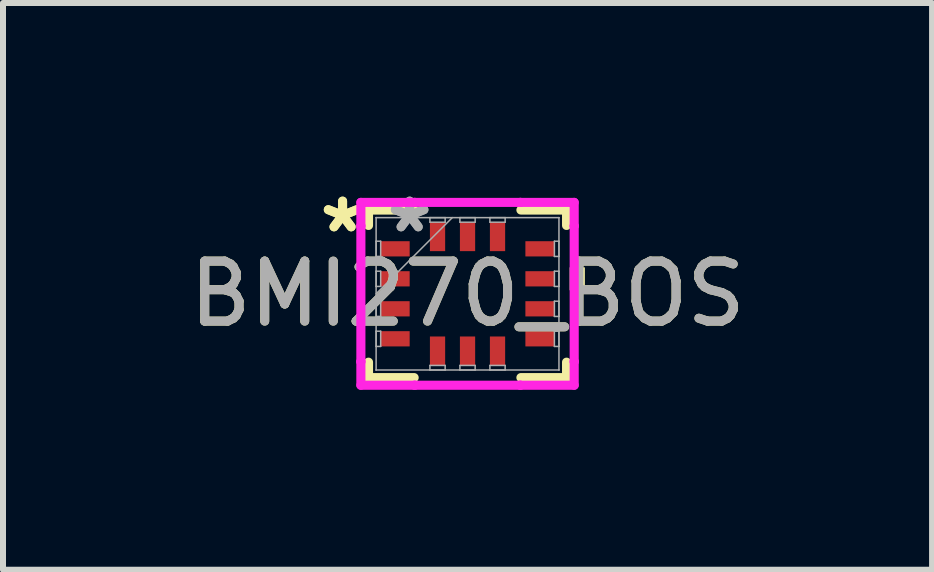
<source format=kicad_pcb>
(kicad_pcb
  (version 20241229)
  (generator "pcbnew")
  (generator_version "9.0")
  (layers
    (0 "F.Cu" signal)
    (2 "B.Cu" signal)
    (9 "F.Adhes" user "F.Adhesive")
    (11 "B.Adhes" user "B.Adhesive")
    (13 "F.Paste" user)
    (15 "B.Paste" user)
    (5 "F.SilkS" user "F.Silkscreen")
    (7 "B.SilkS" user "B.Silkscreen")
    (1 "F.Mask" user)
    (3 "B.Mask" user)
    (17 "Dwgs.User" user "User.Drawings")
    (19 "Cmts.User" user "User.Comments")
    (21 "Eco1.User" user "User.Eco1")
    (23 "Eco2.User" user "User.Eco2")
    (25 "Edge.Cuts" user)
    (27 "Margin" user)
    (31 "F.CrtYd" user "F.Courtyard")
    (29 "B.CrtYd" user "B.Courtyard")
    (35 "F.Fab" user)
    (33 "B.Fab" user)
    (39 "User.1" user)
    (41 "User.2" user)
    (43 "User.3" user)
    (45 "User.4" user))
  (footprint "BMI270_BOS"
    (layer "F.Cu")
    (at 4.744 1.848)
    (property "Reference" "BMI270_BOS" (at 0 0 0) (unlocked yes) (layer "F.SilkS") (effects (font (size 1 1) (thickness 0.15))))
    (attr smd)
    (fp_line (start -1.651 -1.397) (end -1.651 -1.14) (stroke (width 0.152) (type solid)) (layer "F.SilkS"))
    (fp_line (start -1.651 1.14) (end -1.651 1.397) (stroke (width 0.152) (type solid)) (layer "F.SilkS"))
    (fp_line (start -1.651 1.397) (end -0.89 1.397) (stroke (width 0.152) (type solid)) (layer "F.SilkS"))
    (fp_line (start -0.89 -1.397) (end -1.651 -1.397) (stroke (width 0.152) (type solid)) (layer "F.SilkS"))
    (fp_line (start 0.89 1.397) (end 1.651 1.397) (stroke (width 0.152) (type solid)) (layer "F.SilkS"))
    (fp_line (start 1.651 -1.397) (end 0.89 -1.397) (stroke (width 0.152) (type solid)) (layer "F.SilkS"))
    (fp_line (start 1.651 -1.14) (end 1.651 -1.397) (stroke (width 0.152) (type solid)) (layer "F.SilkS"))
    (fp_line (start 1.651 1.397) (end 1.651 1.14) (stroke (width 0.152) (type solid)) (layer "F.SilkS"))
    (fp_poly (pts (xy 1.956 -0.441) (xy 1.956 -0.059) (xy 1.702 -0.059) (xy 1.702 -0.441)) (stroke (width 0) (type solid)) (fill yes) (layer "F.SilkS"))
    (fp_line (start -1.778 -1.524) (end -0.881 -1.524) (stroke (width 0.152) (type solid)) (layer "F.CrtYd"))
    (fp_line (start -1.778 -1.131) (end -1.778 -1.524) (stroke (width 0.152) (type solid)) (layer "F.CrtYd"))
    (fp_line (start -1.778 -1.131) (end -1.778 -1.131) (stroke (width 0.152) (type solid)) (layer "F.CrtYd"))
    (fp_line (start -1.778 1.131) (end -1.778 -1.131) (stroke (width 0.152) (type solid)) (layer "F.CrtYd"))
    (fp_line (start -1.778 1.131) (end -1.778 1.131) (stroke (width 0.152) (type solid)) (layer "F.CrtYd"))
    (fp_line (start -1.778 1.524) (end -1.778 1.131) (stroke (width 0.152) (type solid)) (layer "F.CrtYd"))
    (fp_line (start -0.881 -1.524) (end -0.881 -1.524) (stroke (width 0.152) (type solid)) (layer "F.CrtYd"))
    (fp_line (start -0.881 -1.524) (end 0.881 -1.524) (stroke (width 0.152) (type solid)) (layer "F.CrtYd"))
    (fp_line (start -0.881 1.524) (end -1.778 1.524) (stroke (width 0.152) (type solid)) (layer "F.CrtYd"))
    (fp_line (start -0.881 1.524) (end -0.881 1.524) (stroke (width 0.152) (type solid)) (layer "F.CrtYd"))
    (fp_line (start 0.881 -1.524) (end 0.881 -1.524) (stroke (width 0.152) (type solid)) (layer "F.CrtYd"))
    (fp_line (start 0.881 -1.524) (end 1.778 -1.524) (stroke (width 0.152) (type solid)) (layer "F.CrtYd"))
    (fp_line (start 0.881 1.524) (end -0.881 1.524) (stroke (width 0.152) (type solid)) (layer "F.CrtYd"))
    (fp_line (start 0.881 1.524) (end 0.881 1.524) (stroke (width 0.152) (type solid)) (layer "F.CrtYd"))
    (fp_line (start 1.778 -1.524) (end 1.778 -1.131) (stroke (width 0.152) (type solid)) (layer "F.CrtYd"))
    (fp_line (start 1.778 -1.131) (end 1.778 -1.131) (stroke (width 0.152) (type solid)) (layer "F.CrtYd"))
    (fp_line (start 1.778 -1.131) (end 1.778 1.131) (stroke (width 0.152) (type solid)) (layer "F.CrtYd"))
    (fp_line (start 1.778 1.131) (end 1.778 1.131) (stroke (width 0.152) (type solid)) (layer "F.CrtYd"))
    (fp_line (start 1.778 1.131) (end 1.778 1.524) (stroke (width 0.152) (type solid)) (layer "F.CrtYd"))
    (fp_line (start 1.778 1.524) (end 0.881 1.524) (stroke (width 0.152) (type solid)) (layer "F.CrtYd"))
    (fp_line (start -1.524 -1.27) (end -1.524 -1.27) (stroke (width 0.025) (type solid)) (layer "F.Fab"))
    (fp_line (start -1.524 -1.27) (end -1.524 1.27) (stroke (width 0.025) (type solid)) (layer "F.Fab"))
    (fp_line (start -1.524 -0.877) (end -1.448 -0.877) (stroke (width 0.025) (type solid)) (layer "F.Fab"))
    (fp_line (start -1.524 -0.623) (end -1.524 -0.877) (stroke (width 0.025) (type solid)) (layer "F.Fab"))
    (fp_line (start -1.524 -0.377) (end -1.448 -0.377) (stroke (width 0.025) (type solid)) (layer "F.Fab"))
    (fp_line (start -1.524 -0.123) (end -1.524 -0.377) (stroke (width 0.025) (type solid)) (layer "F.Fab"))
    (fp_line (start -1.524 0) (end -0.254 -1.27) (stroke (width 0.025) (type solid)) (layer "F.Fab"))
    (fp_line (start -1.524 0.123) (end -1.448 0.123) (stroke (width 0.025) (type solid)) (layer "F.Fab"))
    (fp_line (start -1.524 0.377) (end -1.524 0.123) (stroke (width 0.025) (type solid)) (layer "F.Fab"))
    (fp_line (start -1.524 0.623) (end -1.448 0.623) (stroke (width 0.025) (type solid)) (layer "F.Fab"))
    (fp_line (start -1.524 0.877) (end -1.524 0.623) (stroke (width 0.025) (type solid)) (layer "F.Fab"))
    (fp_line (start -1.524 1.27) (end -1.524 1.27) (stroke (width 0.025) (type solid)) (layer "F.Fab"))
    (fp_line (start -1.524 1.27) (end 1.524 1.27) (stroke (width 0.025) (type solid)) (layer "F.Fab"))
    (fp_line (start -1.448 -0.877) (end -1.448 -0.623) (stroke (width 0.025) (type solid)) (layer "F.Fab"))
    (fp_line (start -1.448 -0.623) (end -1.524 -0.623) (stroke (width 0.025) (type solid)) (layer "F.Fab"))
    (fp_line (start -1.448 -0.377) (end -1.448 -0.123) (stroke (width 0.025) (type solid)) (layer "F.Fab"))
    (fp_line (start -1.448 -0.123) (end -1.524 -0.123) (stroke (width 0.025) (type solid)) (layer "F.Fab"))
    (fp_line (start -1.448 0.123) (end -1.448 0.377) (stroke (width 0.025) (type solid)) (layer "F.Fab"))
    (fp_line (start -1.448 0.377) (end -1.524 0.377) (stroke (width 0.025) (type solid)) (layer "F.Fab"))
    (fp_line (start -1.448 0.623) (end -1.448 0.877) (stroke (width 0.025) (type solid)) (layer "F.Fab"))
    (fp_line (start -1.448 0.877) (end -1.524 0.877) (stroke (width 0.025) (type solid)) (layer "F.Fab"))
    (fp_line (start -0.627 -1.27) (end -0.373 -1.27) (stroke (width 0.025) (type solid)) (layer "F.Fab"))
    (fp_line (start -0.627 -1.194) (end -0.627 -1.27) (stroke (width 0.025) (type solid)) (layer "F.Fab"))
    (fp_line (start -0.627 1.194) (end -0.373 1.194) (stroke (width 0.025) (type solid)) (layer "F.Fab"))
    (fp_line (start -0.627 1.27) (end -0.627 1.194) (stroke (width 0.025) (type solid)) (layer "F.Fab"))
    (fp_line (start -0.373 -1.27) (end -0.373 -1.194) (stroke (width 0.025) (type solid)) (layer "F.Fab"))
    (fp_line (start -0.373 -1.194) (end -0.627 -1.194) (stroke (width 0.025) (type solid)) (layer "F.Fab"))
    (fp_line (start -0.373 1.194) (end -0.373 1.27) (stroke (width 0.025) (type solid)) (layer "F.Fab"))
    (fp_line (start -0.373 1.27) (end -0.627 1.27) (stroke (width 0.025) (type solid)) (layer "F.Fab"))
    (fp_line (start -0.127 -1.27) (end 0.127 -1.27) (stroke (width 0.025) (type solid)) (layer "F.Fab"))
    (fp_line (start -0.127 -1.194) (end -0.127 -1.27) (stroke (width 0.025) (type solid)) (layer "F.Fab"))
    (fp_line (start -0.127 1.194) (end 0.127 1.194) (stroke (width 0.025) (type solid)) (layer "F.Fab"))
    (fp_line (start -0.127 1.27) (end -0.127 1.194) (stroke (width 0.025) (type solid)) (layer "F.Fab"))
    (fp_line (start 0.127 -1.27) (end 0.127 -1.194) (stroke (width 0.025) (type solid)) (layer "F.Fab"))
    (fp_line (start 0.127 -1.194) (end -0.127 -1.194) (stroke (width 0.025) (type solid)) (layer "F.Fab"))
    (fp_line (start 0.127 1.194) (end 0.127 1.27) (stroke (width 0.025) (type solid)) (layer "F.Fab"))
    (fp_line (start 0.127 1.27) (end -0.127 1.27) (stroke (width 0.025) (type solid)) (layer "F.Fab"))
    (fp_line (start 0.373 -1.27) (end 0.627 -1.27) (stroke (width 0.025) (type solid)) (layer "F.Fab"))
    (fp_line (start 0.373 -1.194) (end 0.373 -1.27) (stroke (width 0.025) (type solid)) (layer "F.Fab"))
    (fp_line (start 0.373 1.194) (end 0.627 1.194) (stroke (width 0.025) (type solid)) (layer "F.Fab"))
    (fp_line (start 0.373 1.27) (end 0.373 1.194) (stroke (width 0.025) (type solid)) (layer "F.Fab"))
    (fp_line (start 0.627 -1.27) (end 0.627 -1.194) (stroke (width 0.025) (type solid)) (layer "F.Fab"))
    (fp_line (start 0.627 -1.194) (end 0.373 -1.194) (stroke (width 0.025) (type solid)) (layer "F.Fab"))
    (fp_line (start 0.627 1.194) (end 0.627 1.27) (stroke (width 0.025) (type solid)) (layer "F.Fab"))
    (fp_line (start 0.627 1.27) (end 0.373 1.27) (stroke (width 0.025) (type solid)) (layer "F.Fab"))
    (fp_line (start 1.448 -0.877) (end 1.524 -0.877) (stroke (width 0.025) (type solid)) (layer "F.Fab"))
    (fp_line (start 1.448 -0.623) (end 1.448 -0.877) (stroke (width 0.025) (type solid)) (layer "F.Fab"))
    (fp_line (start 1.448 -0.377) (end 1.524 -0.377) (stroke (width 0.025) (type solid)) (layer "F.Fab"))
    (fp_line (start 1.448 -0.123) (end 1.448 -0.377) (stroke (width 0.025) (type solid)) (layer "F.Fab"))
    (fp_line (start 1.448 0.123) (end 1.524 0.123) (stroke (width 0.025) (type solid)) (layer "F.Fab"))
    (fp_line (start 1.448 0.377) (end 1.448 0.123) (stroke (width 0.025) (type solid)) (layer "F.Fab"))
    (fp_line (start 1.448 0.623) (end 1.524 0.623) (stroke (width 0.025) (type solid)) (layer "F.Fab"))
    (fp_line (start 1.448 0.877) (end 1.448 0.623) (stroke (width 0.025) (type solid)) (layer "F.Fab"))
    (fp_line (start 1.524 -1.27) (end -1.524 -1.27) (stroke (width 0.025) (type solid)) (layer "F.Fab"))
    (fp_line (start 1.524 -1.27) (end 1.524 -1.27) (stroke (width 0.025) (type solid)) (layer "F.Fab"))
    (fp_line (start 1.524 -0.877) (end 1.524 -0.623) (stroke (width 0.025) (type solid)) (layer "F.Fab"))
    (fp_line (start 1.524 -0.623) (end 1.448 -0.623) (stroke (width 0.025) (type solid)) (layer "F.Fab"))
    (fp_line (start 1.524 -0.377) (end 1.524 -0.123) (stroke (width 0.025) (type solid)) (layer "F.Fab"))
    (fp_line (start 1.524 -0.123) (end 1.448 -0.123) (stroke (width 0.025) (type solid)) (layer "F.Fab"))
    (fp_line (start 1.524 0.123) (end 1.524 0.377) (stroke (width 0.025) (type solid)) (layer "F.Fab"))
    (fp_line (start 1.524 0.377) (end 1.448 0.377) (stroke (width 0.025) (type solid)) (layer "F.Fab"))
    (fp_line (start 1.524 0.623) (end 1.524 0.877) (stroke (width 0.025) (type solid)) (layer "F.Fab"))
    (fp_line (start 1.524 0.877) (end 1.448 0.877) (stroke (width 0.025) (type solid)) (layer "F.Fab"))
    (fp_line (start 1.524 1.27) (end 1.524 -1.27) (stroke (width 0.025) (type solid)) (layer "F.Fab"))
    (fp_line (start 1.524 1.27) (end 1.524 1.27) (stroke (width 0.025) (type solid)) (layer "F.Fab"))
    (fp_text user "*" (at -2.083 -1 0) (unlocked yes) (layer "F.SilkS") (effects (font (size 1 1) (thickness 0.15))))
    (fp_text user "*" (at -2.083 -1 0) (layer "F.SilkS") (effects (font (size 1 1) (thickness 0.15))))
    (fp_text user "*" (at -0.965 -1 0) (unlocked yes) (layer "F.Fab") (effects (font (size 1 1) (thickness 0.15))))
    (fp_text user "*" (at -0.965 -1 0) (layer "F.Fab") (effects (font (size 1 1) (thickness 0.15))))
    (fp_text user "${REFERENCE}" (at 0 0 0) (unlocked yes) (layer "F.Fab") (effects (font (size 1 1) (thickness 0.15))))
    (pad "1" smd rect (at -1.206 -0.75 90) (size 0.254 0.483) (layers "F.Cu" "F.Mask" "F.Paste"))
    (pad "2" smd rect (at -1.206 -0.25 90) (size 0.254 0.483) (layers "F.Cu" "F.Mask" "F.Paste"))
    (pad "3" smd rect (at -1.206 0.25 90) (size 0.254 0.483) (layers "F.Cu" "F.Mask" "F.Paste"))
    (pad "4" smd rect (at -1.206 0.75 90) (size 0.254 0.483) (layers "F.Cu" "F.Mask" "F.Paste"))
    (pad "5" smd rect (at -0.5 0.953) (size 0.254 0.483) (layers "F.Cu" "F.Mask" "F.Paste"))
    (pad "6" smd rect (at 0 0.953) (size 0.254 0.483) (layers "F.Cu" "F.Mask" "F.Paste"))
    (pad "7" smd rect (at 0.5 0.953) (size 0.254 0.483) (layers "F.Cu" "F.Mask" "F.Paste"))
    (pad "8" smd rect (at 1.206 0.75 90) (size 0.254 0.483) (layers "F.Cu" "F.Mask" "F.Paste"))
    (pad "9" smd rect (at 1.206 0.25 90) (size 0.254 0.483) (layers "F.Cu" "F.Mask" "F.Paste"))
    (pad "10" smd rect (at 1.206 -0.25 90) (size 0.254 0.483) (layers "F.Cu" "F.Mask" "F.Paste"))
    (pad "11" smd rect (at 1.206 -0.75 90) (size 0.254 0.483) (layers "F.Cu" "F.Mask" "F.Paste"))
    (pad "12" smd rect (at 0.5 -0.953) (size 0.254 0.483) (layers "F.Cu" "F.Mask" "F.Paste"))
    (pad "13" smd rect (at 0 -0.953) (size 0.254 0.483) (layers "F.Cu" "F.Mask" "F.Paste"))
    (pad "14" smd rect (at -0.5 -0.953) (size 0.254 0.483) (layers "F.Cu" "F.Mask" "F.Paste")))
  (gr_rect
    (start -3 -3)
    (end 12.488 6.448)
    (stroke (width 0.1) (type default))
    (fill no)
    (layer "Edge.Cuts")))
</source>
